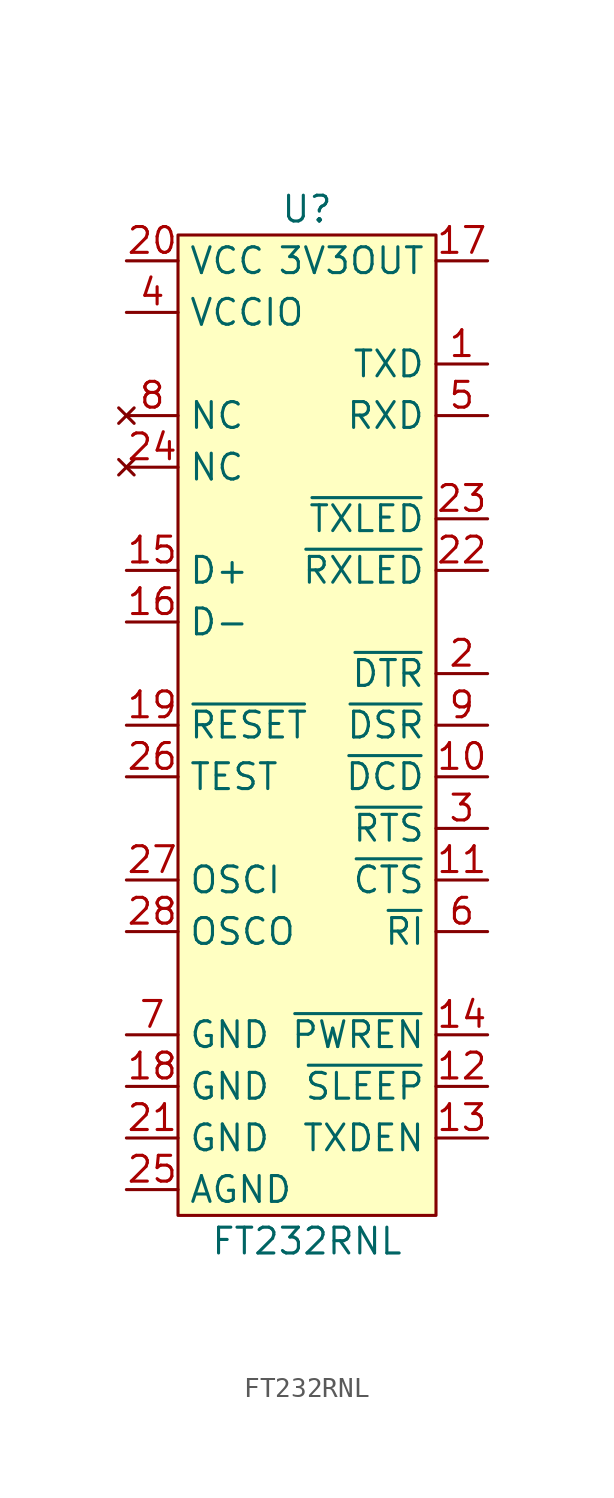
<source format=kicad_sym>
(kicad_symbol_lib
  (version 20220914)
  (generator kicad_symbol_editor)
  (symbol "FT232RNL"
    (property "Reference" "U"
      (at 0 25.4 0)
      (effects (font (size 1.27 1.27))))
    (property "Value" "FT232RNL"
      (at 0 -25.4 0)
      (effects (font (size 1.27 1.27))))
    (symbol "FT232RNL_1_1"
      (rectangle (start -6.35 24.13) (end 6.35 -24.13) (stroke (width 0) (type default)) (fill (type background)))
      (pin output line (at 8.89 17.78 180) (length 2.54) (name "TXD" (effects (font (size 1.27 1.27)))) (number "1" (effects (font (size 1.27 1.27)))))
      (pin input line (at 8.89 -2.54 180) (length 2.54) (name "~{DCD}" (effects (font (size 1.27 1.27)))) (number "10" (effects (font (size 1.27 1.27)))))
      (pin input line (at 8.89 -7.62 180) (length 2.54) (name "~{CTS}" (effects (font (size 1.27 1.27)))) (number "11" (effects (font (size 1.27 1.27)))))
      (pin output line (at 8.89 -17.78 180) (length 2.54) (name "~{SLEEP}" (effects (font (size 1.27 1.27)))) (number "12" (effects (font (size 1.27 1.27)))))
      (pin output line (at 8.89 -20.32 180) (length 2.54) (name "TXDEN" (effects (font (size 1.27 1.27)))) (number "13" (effects (font (size 1.27 1.27)))))
      (pin output line (at 8.89 -15.24 180) (length 2.54) (name "~{PWREN}" (effects (font (size 1.27 1.27)))) (number "14" (effects (font (size 1.27 1.27)))))
      (pin bidirectional line (at -8.89 7.62 0) (length 2.54) (name "D+" (effects (font (size 1.27 1.27)))) (number "15" (effects (font (size 1.27 1.27)))))
      (pin bidirectional line (at -8.89 5.08 0) (length 2.54) (name "D-" (effects (font (size 1.27 1.27)))) (number "16" (effects (font (size 1.27 1.27)))))
      (pin power_out line (at 8.89 22.86 180) (length 2.54) (name "3V3OUT" (effects (font (size 1.27 1.27)))) (number "17" (effects (font (size 1.27 1.27)))))
      (pin power_in line (at -8.89 -17.78 0) (length 2.54) (name "GND" (effects (font (size 1.27 1.27)))) (number "18" (effects (font (size 1.27 1.27)))))
      (pin input line (at -8.89 0 0) (length 2.54) (name "~{RESET}" (effects (font (size 1.27 1.27)))) (number "19" (effects (font (size 1.27 1.27)))))
      (pin output line (at 8.89 2.54 180) (length 2.54) (name "~{DTR}" (effects (font (size 1.27 1.27)))) (number "2" (effects (font (size 1.27 1.27)))))
      (pin power_in line (at -8.89 22.86 0) (length 2.54) (name "VCC" (effects (font (size 1.27 1.27)))) (number "20" (effects (font (size 1.27 1.27)))))
      (pin power_in line (at -8.89 -20.32 0) (length 2.54) (name "GND" (effects (font (size 1.27 1.27)))) (number "21" (effects (font (size 1.27 1.27)))))
      (pin output line (at 8.89 7.62 180) (length 2.54) (name "~{RXLED}" (effects (font (size 1.27 1.27)))) (number "22" (effects (font (size 1.27 1.27)))))
      (pin output line (at 8.89 10.16 180) (length 2.54) (name "~{TXLED}" (effects (font (size 1.27 1.27)))) (number "23" (effects (font (size 1.27 1.27)))))
      (pin no_connect line (at -8.89 12.7 0) (length 2.54) (name "NC" (effects (font (size 1.27 1.27)))) (number "24" (effects (font (size 1.27 1.27)))))
      (pin power_in line (at -8.89 -22.86 0) (length 2.54) (name "AGND" (effects (font (size 1.27 1.27)))) (number "25" (effects (font (size 1.27 1.27)))))
      (pin input line (at -8.89 -2.54 0) (length 2.54) (name "TEST" (effects (font (size 1.27 1.27)))) (number "26" (effects (font (size 1.27 1.27)))))
      (pin input line (at -8.89 -7.62 0) (length 2.54) (name "OSCI" (effects (font (size 1.27 1.27)))) (number "27" (effects (font (size 1.27 1.27)))))
      (pin output line (at -8.89 -10.16 0) (length 2.54) (name "OSCO" (effects (font (size 1.27 1.27)))) (number "28" (effects (font (size 1.27 1.27)))))
      (pin output line (at 8.89 -5.08 180) (length 2.54) (name "~{RTS}" (effects (font (size 1.27 1.27)))) (number "3" (effects (font (size 1.27 1.27)))))
      (pin power_in line (at -8.89 20.32 0) (length 2.54) (name "VCCIO" (effects (font (size 1.27 1.27)))) (number "4" (effects (font (size 1.27 1.27)))))
      (pin input line (at 8.89 15.24 180) (length 2.54) (name "RXD" (effects (font (size 1.27 1.27)))) (number "5" (effects (font (size 1.27 1.27)))))
      (pin input line (at 8.89 -10.16 180) (length 2.54) (name "~{RI}" (effects (font (size 1.27 1.27)))) (number "6" (effects (font (size 1.27 1.27)))))
      (pin power_in line (at -8.89 -15.24 0) (length 2.54) (name "GND" (effects (font (size 1.27 1.27)))) (number "7" (effects (font (size 1.27 1.27)))))
      (pin no_connect line (at -8.89 15.24 0) (length 2.54) (name "NC" (effects (font (size 1.27 1.27)))) (number "8" (effects (font (size 1.27 1.27)))))
      (pin input line (at 8.89 0 180) (length 2.54) (name "~{DSR}" (effects (font (size 1.27 1.27)))) (number "9" (effects (font (size 1.27 1.27))))))))
</source>
